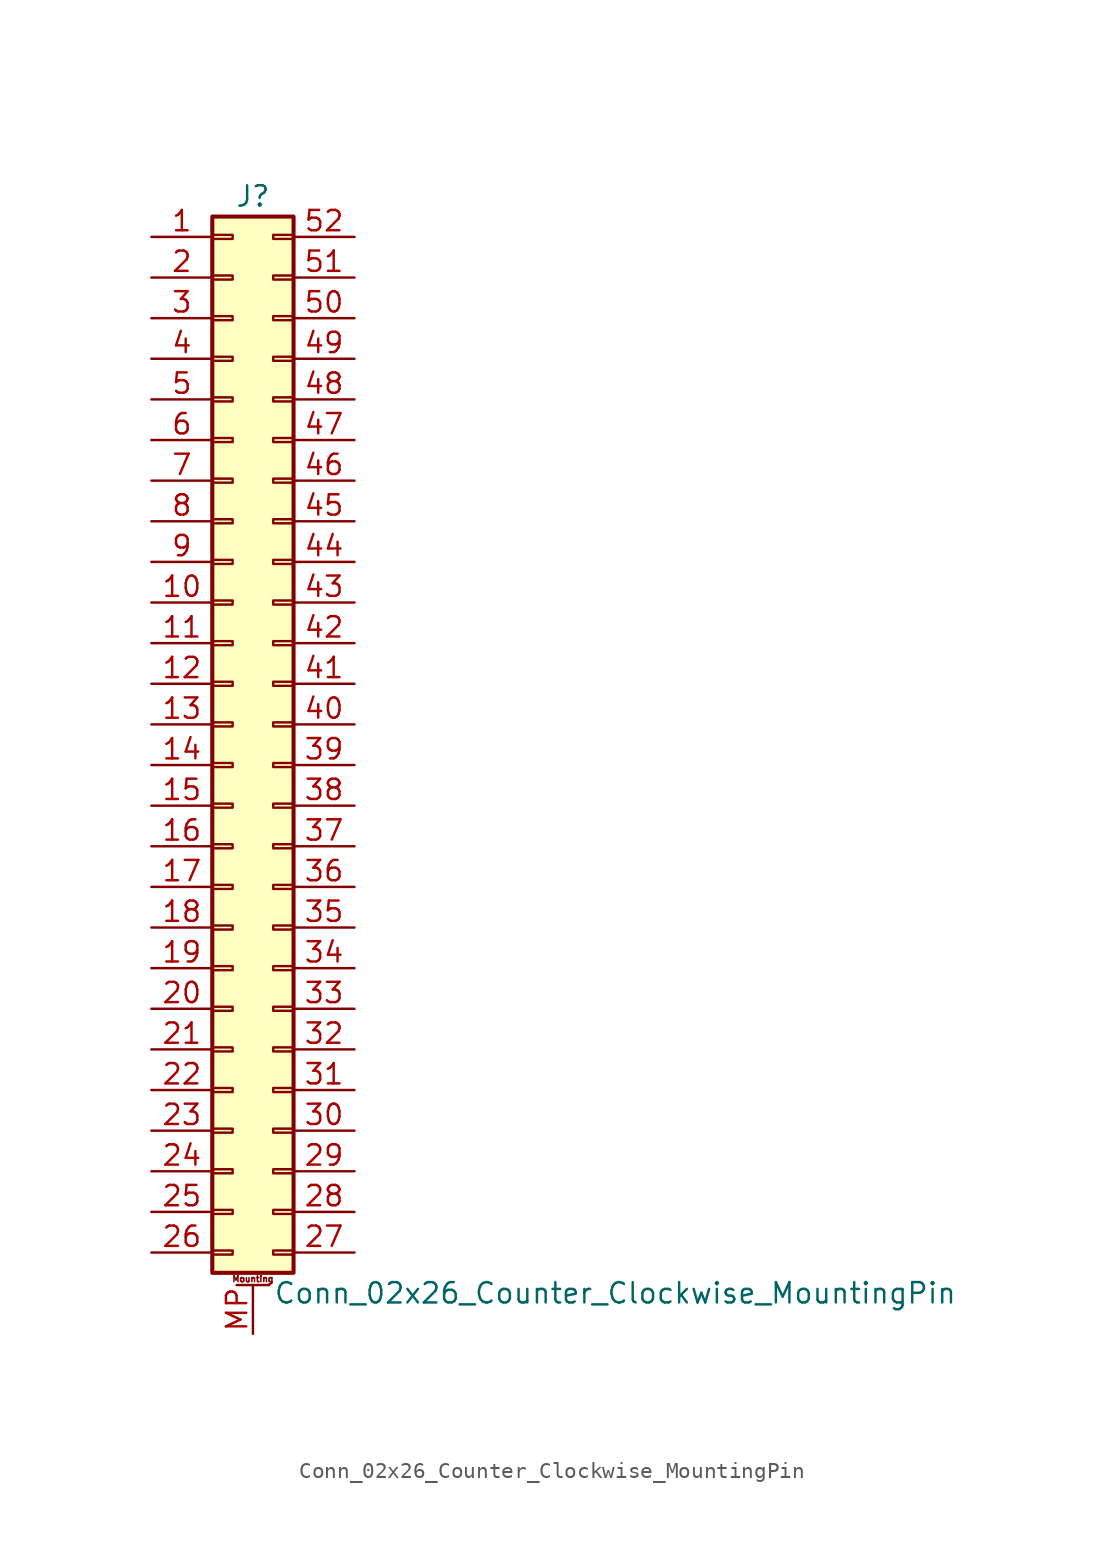
<source format=kicad_sym>
(kicad_symbol_lib
  (version 20201005)
  (generator kicad_symbol_editor)
  (symbol "Conn_02x26_Counter_Clockwise_MountingPin"
    (pin_names
      (offset 1.016) hide)
    (property "Reference" "J"
      (at 1.27 33.02 0)
      (effects (font (size 1.27 1.27))))
    (property "Value" "Conn_02x26_Counter_Clockwise_MountingPin"
      (at 2.54 -35.56 0)
      (effects (font (size 1.27 1.27)) (justify left)))
    (symbol "Conn_02x26_Counter_Clockwise_MountingPin_1_1"
      (text "Mounting" (at 1.27 -34.671 0) (effects (font (size 0.381 0.381))))
      (rectangle (start -1.27 -32.893) (end 0 -33.147) (stroke (width 0.152)) (fill (type none)))
      (rectangle (start -1.27 -30.353) (end 0 -30.607) (stroke (width 0.152)) (fill (type none)))
      (rectangle (start -1.27 -27.813) (end 0 -28.067) (stroke (width 0.152)) (fill (type none)))
      (rectangle (start -1.27 -25.273) (end 0 -25.527) (stroke (width 0.152)) (fill (type none)))
      (rectangle (start -1.27 -22.733) (end 0 -22.987) (stroke (width 0.152)) (fill (type none)))
      (rectangle (start -1.27 -20.193) (end 0 -20.447) (stroke (width 0.152)) (fill (type none)))
      (rectangle (start -1.27 -17.653) (end 0 -17.907) (stroke (width 0.152)) (fill (type none)))
      (rectangle (start -1.27 -15.113) (end 0 -15.367) (stroke (width 0.152)) (fill (type none)))
      (rectangle (start -1.27 -12.573) (end 0 -12.827) (stroke (width 0.152)) (fill (type none)))
      (rectangle (start -1.27 -10.033) (end 0 -10.287) (stroke (width 0.152)) (fill (type none)))
      (rectangle (start -1.27 -7.493) (end 0 -7.747) (stroke (width 0.152)) (fill (type none)))
      (rectangle (start -1.27 -4.953) (end 0 -5.207) (stroke (width 0.152)) (fill (type none)))
      (rectangle (start -1.27 -2.413) (end 0 -2.667) (stroke (width 0.152)) (fill (type none)))
      (rectangle (start -1.27 0.127) (end 0 -0.127) (stroke (width 0.152)) (fill (type none)))
      (rectangle (start -1.27 2.667) (end 0 2.413) (stroke (width 0.152)) (fill (type none)))
      (rectangle (start -1.27 5.207) (end 0 4.953) (stroke (width 0.152)) (fill (type none)))
      (rectangle (start -1.27 7.747) (end 0 7.493) (stroke (width 0.152)) (fill (type none)))
      (rectangle (start -1.27 10.287) (end 0 10.033) (stroke (width 0.152)) (fill (type none)))
      (rectangle (start -1.27 12.827) (end 0 12.573) (stroke (width 0.152)) (fill (type none)))
      (rectangle (start -1.27 15.367) (end 0 15.113) (stroke (width 0.152)) (fill (type none)))
      (rectangle (start -1.27 17.907) (end 0 17.653) (stroke (width 0.152)) (fill (type none)))
      (rectangle (start -1.27 20.447) (end 0 20.193) (stroke (width 0.152)) (fill (type none)))
      (rectangle (start -1.27 22.987) (end 0 22.733) (stroke (width 0.152)) (fill (type none)))
      (rectangle (start -1.27 25.527) (end 0 25.273) (stroke (width 0.152)) (fill (type none)))
      (rectangle (start -1.27 28.067) (end 0 27.813) (stroke (width 0.152)) (fill (type none)))
      (rectangle (start -1.27 30.607) (end 0 30.353) (stroke (width 0.152)) (fill (type none)))
      (rectangle (start 3.81 -32.893) (end 2.54 -33.147) (stroke (width 0.152)) (fill (type none)))
      (rectangle (start 3.81 -30.353) (end 2.54 -30.607) (stroke (width 0.152)) (fill (type none)))
      (rectangle (start 3.81 -27.813) (end 2.54 -28.067) (stroke (width 0.152)) (fill (type none)))
      (rectangle (start 3.81 -25.273) (end 2.54 -25.527) (stroke (width 0.152)) (fill (type none)))
      (rectangle (start 3.81 -22.733) (end 2.54 -22.987) (stroke (width 0.152)) (fill (type none)))
      (rectangle (start 3.81 -20.193) (end 2.54 -20.447) (stroke (width 0.152)) (fill (type none)))
      (rectangle (start 3.81 -17.653) (end 2.54 -17.907) (stroke (width 0.152)) (fill (type none)))
      (rectangle (start 3.81 -15.113) (end 2.54 -15.367) (stroke (width 0.152)) (fill (type none)))
      (rectangle (start 3.81 -12.573) (end 2.54 -12.827) (stroke (width 0.152)) (fill (type none)))
      (rectangle (start 3.81 -10.033) (end 2.54 -10.287) (stroke (width 0.152)) (fill (type none)))
      (rectangle (start 3.81 -7.493) (end 2.54 -7.747) (stroke (width 0.152)) (fill (type none)))
      (rectangle (start 3.81 -4.953) (end 2.54 -5.207) (stroke (width 0.152)) (fill (type none)))
      (rectangle (start 3.81 -2.413) (end 2.54 -2.667) (stroke (width 0.152)) (fill (type none)))
      (rectangle (start 3.81 0.127) (end 2.54 -0.127) (stroke (width 0.152)) (fill (type none)))
      (rectangle (start 3.81 2.667) (end 2.54 2.413) (stroke (width 0.152)) (fill (type none)))
      (rectangle (start 3.81 5.207) (end 2.54 4.953) (stroke (width 0.152)) (fill (type none)))
      (rectangle (start 3.81 7.747) (end 2.54 7.493) (stroke (width 0.152)) (fill (type none)))
      (rectangle (start 3.81 10.287) (end 2.54 10.033) (stroke (width 0.152)) (fill (type none)))
      (rectangle (start 3.81 12.827) (end 2.54 12.573) (stroke (width 0.152)) (fill (type none)))
      (rectangle (start 3.81 15.367) (end 2.54 15.113) (stroke (width 0.152)) (fill (type none)))
      (rectangle (start 3.81 17.907) (end 2.54 17.653) (stroke (width 0.152)) (fill (type none)))
      (rectangle (start 3.81 20.447) (end 2.54 20.193) (stroke (width 0.152)) (fill (type none)))
      (rectangle (start 3.81 22.987) (end 2.54 22.733) (stroke (width 0.152)) (fill (type none)))
      (rectangle (start 3.81 25.527) (end 2.54 25.273) (stroke (width 0.152)) (fill (type none)))
      (rectangle (start 3.81 28.067) (end 2.54 27.813) (stroke (width 0.152)) (fill (type none)))
      (rectangle (start 3.81 30.607) (end 2.54 30.353) (stroke (width 0.152)) (fill (type none)))
      (rectangle (start -1.27 31.75) (end 3.81 -34.29) (stroke (width 0.254)) (fill (type background)))
      (polyline (pts (xy 0.254 -35.052) (xy 2.286 -35.052)) (stroke (width 0.152)) (fill (type none)))
      (pin passive line (at -5.08 30.48 0) (length 3.81) (name "Pin_1" (effects (font (size 1.27 1.27)))) (number "1" (effects (font (size 1.27 1.27)))))
      (pin passive line (at -5.08 7.62 0) (length 3.81) (name "Pin_10" (effects (font (size 1.27 1.27)))) (number "10" (effects (font (size 1.27 1.27)))))
      (pin passive line (at -5.08 5.08 0) (length 3.81) (name "Pin_11" (effects (font (size 1.27 1.27)))) (number "11" (effects (font (size 1.27 1.27)))))
      (pin passive line (at -5.08 2.54 0) (length 3.81) (name "Pin_12" (effects (font (size 1.27 1.27)))) (number "12" (effects (font (size 1.27 1.27)))))
      (pin passive line (at -5.08 0 0) (length 3.81) (name "Pin_13" (effects (font (size 1.27 1.27)))) (number "13" (effects (font (size 1.27 1.27)))))
      (pin passive line (at -5.08 -2.54 0) (length 3.81) (name "Pin_14" (effects (font (size 1.27 1.27)))) (number "14" (effects (font (size 1.27 1.27)))))
      (pin passive line (at -5.08 -5.08 0) (length 3.81) (name "Pin_15" (effects (font (size 1.27 1.27)))) (number "15" (effects (font (size 1.27 1.27)))))
      (pin passive line (at -5.08 -7.62 0) (length 3.81) (name "Pin_16" (effects (font (size 1.27 1.27)))) (number "16" (effects (font (size 1.27 1.27)))))
      (pin passive line (at -5.08 -10.16 0) (length 3.81) (name "Pin_17" (effects (font (size 1.27 1.27)))) (number "17" (effects (font (size 1.27 1.27)))))
      (pin passive line (at -5.08 -12.7 0) (length 3.81) (name "Pin_18" (effects (font (size 1.27 1.27)))) (number "18" (effects (font (size 1.27 1.27)))))
      (pin passive line (at -5.08 -15.24 0) (length 3.81) (name "Pin_19" (effects (font (size 1.27 1.27)))) (number "19" (effects (font (size 1.27 1.27)))))
      (pin passive line (at -5.08 27.94 0) (length 3.81) (name "Pin_2" (effects (font (size 1.27 1.27)))) (number "2" (effects (font (size 1.27 1.27)))))
      (pin passive line (at -5.08 -17.78 0) (length 3.81) (name "Pin_20" (effects (font (size 1.27 1.27)))) (number "20" (effects (font (size 1.27 1.27)))))
      (pin passive line (at -5.08 -20.32 0) (length 3.81) (name "Pin_21" (effects (font (size 1.27 1.27)))) (number "21" (effects (font (size 1.27 1.27)))))
      (pin passive line (at -5.08 -22.86 0) (length 3.81) (name "Pin_22" (effects (font (size 1.27 1.27)))) (number "22" (effects (font (size 1.27 1.27)))))
      (pin passive line (at -5.08 -25.4 0) (length 3.81) (name "Pin_23" (effects (font (size 1.27 1.27)))) (number "23" (effects (font (size 1.27 1.27)))))
      (pin passive line (at -5.08 -27.94 0) (length 3.81) (name "Pin_24" (effects (font (size 1.27 1.27)))) (number "24" (effects (font (size 1.27 1.27)))))
      (pin passive line (at -5.08 -30.48 0) (length 3.81) (name "Pin_25" (effects (font (size 1.27 1.27)))) (number "25" (effects (font (size 1.27 1.27)))))
      (pin passive line (at -5.08 -33.02 0) (length 3.81) (name "Pin_26" (effects (font (size 1.27 1.27)))) (number "26" (effects (font (size 1.27 1.27)))))
      (pin passive line (at 7.62 -33.02 180) (length 3.81) (name "Pin_27" (effects (font (size 1.27 1.27)))) (number "27" (effects (font (size 1.27 1.27)))))
      (pin passive line (at 7.62 -30.48 180) (length 3.81) (name "Pin_28" (effects (font (size 1.27 1.27)))) (number "28" (effects (font (size 1.27 1.27)))))
      (pin passive line (at 7.62 -27.94 180) (length 3.81) (name "Pin_29" (effects (font (size 1.27 1.27)))) (number "29" (effects (font (size 1.27 1.27)))))
      (pin passive line (at -5.08 25.4 0) (length 3.81) (name "Pin_3" (effects (font (size 1.27 1.27)))) (number "3" (effects (font (size 1.27 1.27)))))
      (pin passive line (at 7.62 -25.4 180) (length 3.81) (name "Pin_30" (effects (font (size 1.27 1.27)))) (number "30" (effects (font (size 1.27 1.27)))))
      (pin passive line (at 7.62 -22.86 180) (length 3.81) (name "Pin_31" (effects (font (size 1.27 1.27)))) (number "31" (effects (font (size 1.27 1.27)))))
      (pin passive line (at 7.62 -20.32 180) (length 3.81) (name "Pin_32" (effects (font (size 1.27 1.27)))) (number "32" (effects (font (size 1.27 1.27)))))
      (pin passive line (at 7.62 -17.78 180) (length 3.81) (name "Pin_33" (effects (font (size 1.27 1.27)))) (number "33" (effects (font (size 1.27 1.27)))))
      (pin passive line (at 7.62 -15.24 180) (length 3.81) (name "Pin_34" (effects (font (size 1.27 1.27)))) (number "34" (effects (font (size 1.27 1.27)))))
      (pin passive line (at 7.62 -12.7 180) (length 3.81) (name "Pin_35" (effects (font (size 1.27 1.27)))) (number "35" (effects (font (size 1.27 1.27)))))
      (pin passive line (at 7.62 -10.16 180) (length 3.81) (name "Pin_36" (effects (font (size 1.27 1.27)))) (number "36" (effects (font (size 1.27 1.27)))))
      (pin passive line (at 7.62 -7.62 180) (length 3.81) (name "Pin_37" (effects (font (size 1.27 1.27)))) (number "37" (effects (font (size 1.27 1.27)))))
      (pin passive line (at 7.62 -5.08 180) (length 3.81) (name "Pin_38" (effects (font (size 1.27 1.27)))) (number "38" (effects (font (size 1.27 1.27)))))
      (pin passive line (at 7.62 -2.54 180) (length 3.81) (name "Pin_39" (effects (font (size 1.27 1.27)))) (number "39" (effects (font (size 1.27 1.27)))))
      (pin passive line (at -5.08 22.86 0) (length 3.81) (name "Pin_4" (effects (font (size 1.27 1.27)))) (number "4" (effects (font (size 1.27 1.27)))))
      (pin passive line (at 7.62 0 180) (length 3.81) (name "Pin_40" (effects (font (size 1.27 1.27)))) (number "40" (effects (font (size 1.27 1.27)))))
      (pin passive line (at 7.62 2.54 180) (length 3.81) (name "Pin_41" (effects (font (size 1.27 1.27)))) (number "41" (effects (font (size 1.27 1.27)))))
      (pin passive line (at 7.62 5.08 180) (length 3.81) (name "Pin_42" (effects (font (size 1.27 1.27)))) (number "42" (effects (font (size 1.27 1.27)))))
      (pin passive line (at 7.62 7.62 180) (length 3.81) (name "Pin_43" (effects (font (size 1.27 1.27)))) (number "43" (effects (font (size 1.27 1.27)))))
      (pin passive line (at 7.62 10.16 180) (length 3.81) (name "Pin_44" (effects (font (size 1.27 1.27)))) (number "44" (effects (font (size 1.27 1.27)))))
      (pin passive line (at 7.62 12.7 180) (length 3.81) (name "Pin_45" (effects (font (size 1.27 1.27)))) (number "45" (effects (font (size 1.27 1.27)))))
      (pin passive line (at 7.62 15.24 180) (length 3.81) (name "Pin_46" (effects (font (size 1.27 1.27)))) (number "46" (effects (font (size 1.27 1.27)))))
      (pin passive line (at 7.62 17.78 180) (length 3.81) (name "Pin_47" (effects (font (size 1.27 1.27)))) (number "47" (effects (font (size 1.27 1.27)))))
      (pin passive line (at 7.62 20.32 180) (length 3.81) (name "Pin_48" (effects (font (size 1.27 1.27)))) (number "48" (effects (font (size 1.27 1.27)))))
      (pin passive line (at 7.62 22.86 180) (length 3.81) (name "Pin_49" (effects (font (size 1.27 1.27)))) (number "49" (effects (font (size 1.27 1.27)))))
      (pin passive line (at -5.08 20.32 0) (length 3.81) (name "Pin_5" (effects (font (size 1.27 1.27)))) (number "5" (effects (font (size 1.27 1.27)))))
      (pin passive line (at 7.62 25.4 180) (length 3.81) (name "Pin_50" (effects (font (size 1.27 1.27)))) (number "50" (effects (font (size 1.27 1.27)))))
      (pin passive line (at 7.62 27.94 180) (length 3.81) (name "Pin_51" (effects (font (size 1.27 1.27)))) (number "51" (effects (font (size 1.27 1.27)))))
      (pin passive line (at 7.62 30.48 180) (length 3.81) (name "Pin_52" (effects (font (size 1.27 1.27)))) (number "52" (effects (font (size 1.27 1.27)))))
      (pin passive line (at -5.08 17.78 0) (length 3.81) (name "Pin_6" (effects (font (size 1.27 1.27)))) (number "6" (effects (font (size 1.27 1.27)))))
      (pin passive line (at -5.08 15.24 0) (length 3.81) (name "Pin_7" (effects (font (size 1.27 1.27)))) (number "7" (effects (font (size 1.27 1.27)))))
      (pin passive line (at -5.08 12.7 0) (length 3.81) (name "Pin_8" (effects (font (size 1.27 1.27)))) (number "8" (effects (font (size 1.27 1.27)))))
      (pin passive line (at -5.08 10.16 0) (length 3.81) (name "Pin_9" (effects (font (size 1.27 1.27)))) (number "9" (effects (font (size 1.27 1.27)))))
      (pin passive line (at 1.27 -38.1 90) (length 3.048) (name "MountPin" (effects (font (size 1.27 1.27)))) (number "MP" (effects (font (size 1.27 1.27))))))))
</source>
